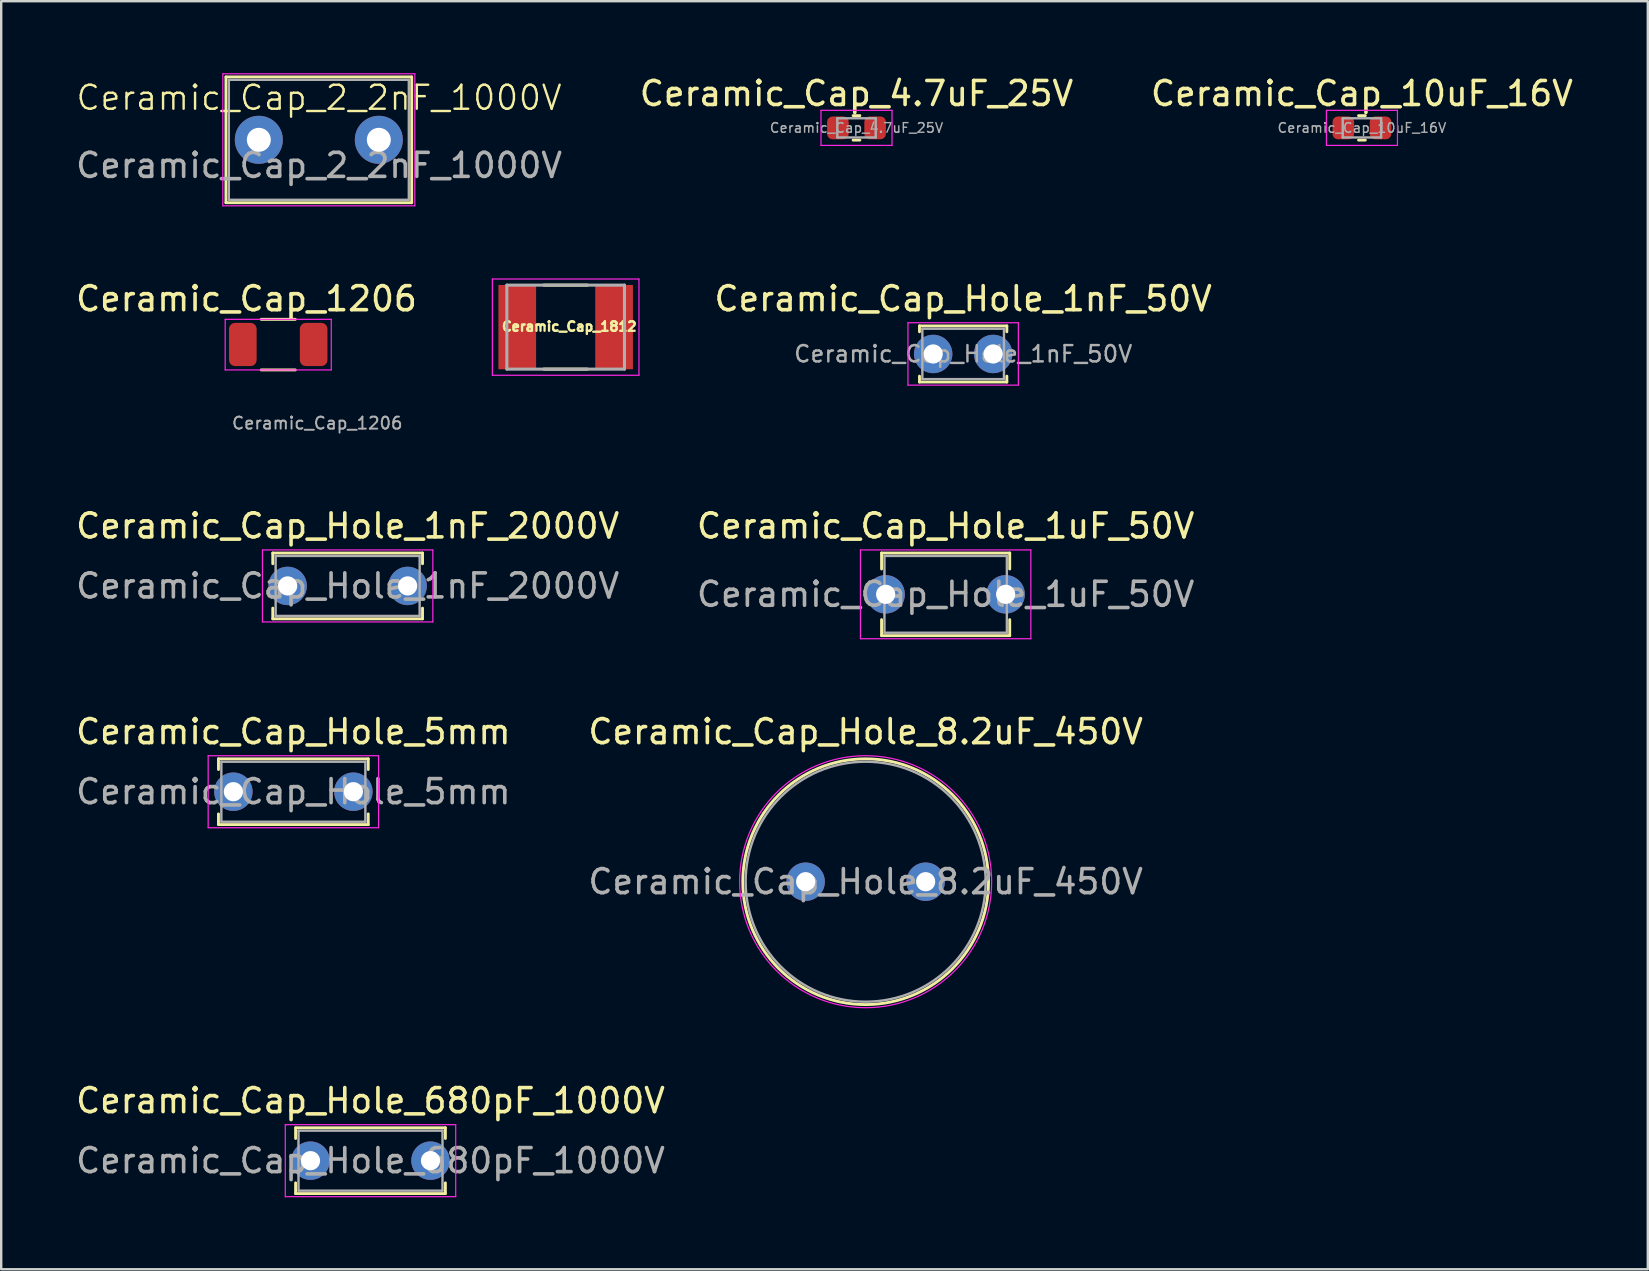
<source format=kicad_pcb>
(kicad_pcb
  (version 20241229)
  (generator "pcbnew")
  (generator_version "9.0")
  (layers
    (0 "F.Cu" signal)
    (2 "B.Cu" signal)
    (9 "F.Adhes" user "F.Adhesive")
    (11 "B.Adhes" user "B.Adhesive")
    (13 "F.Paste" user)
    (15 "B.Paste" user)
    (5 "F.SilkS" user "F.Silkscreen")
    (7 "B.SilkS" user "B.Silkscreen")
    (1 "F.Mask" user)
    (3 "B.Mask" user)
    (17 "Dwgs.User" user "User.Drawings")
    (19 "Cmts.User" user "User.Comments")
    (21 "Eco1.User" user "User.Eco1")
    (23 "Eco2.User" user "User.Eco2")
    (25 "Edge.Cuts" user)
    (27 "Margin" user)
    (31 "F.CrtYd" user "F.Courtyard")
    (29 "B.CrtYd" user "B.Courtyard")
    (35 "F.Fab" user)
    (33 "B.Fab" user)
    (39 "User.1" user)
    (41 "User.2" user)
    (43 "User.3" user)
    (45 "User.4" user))
  (footprint "Ceramic_Cap_Hole_680pF_1000V"
    (layer "F.Cu")
    (at 9.887 45.31)
    (property "Reference" "Ceramic_Cap_Hole_680pF_1000V" (at 2.5 -2.5 0) (layer "F.SilkS") (effects (font (size 1 1) (thickness 0.15))))
    (attr through_hole)
    (fp_line (start -0.62 -1.37) (end -0.62 -0.925) (stroke (width 0.12) (type solid)) (layer "F.SilkS"))
    (fp_line (start -0.62 -1.37) (end 5.62 -1.37) (stroke (width 0.12) (type solid)) (layer "F.SilkS"))
    (fp_line (start -0.62 0.925) (end -0.62 1.37) (stroke (width 0.12) (type solid)) (layer "F.SilkS"))
    (fp_line (start -0.62 1.37) (end 5.62 1.37) (stroke (width 0.12) (type solid)) (layer "F.SilkS"))
    (fp_line (start 5.62 -1.37) (end 5.62 -0.925) (stroke (width 0.12) (type solid)) (layer "F.SilkS"))
    (fp_line (start 5.62 0.925) (end 5.62 1.37) (stroke (width 0.12) (type solid)) (layer "F.SilkS"))
    (fp_line (start -1.05 -1.5) (end -1.05 1.5) (stroke (width 0.05) (type solid)) (layer "F.CrtYd"))
    (fp_line (start -1.05 1.5) (end 6.05 1.5) (stroke (width 0.05) (type solid)) (layer "F.CrtYd"))
    (fp_line (start 6.05 -1.5) (end -1.05 -1.5) (stroke (width 0.05) (type solid)) (layer "F.CrtYd"))
    (fp_line (start 6.05 1.5) (end 6.05 -1.5) (stroke (width 0.05) (type solid)) (layer "F.CrtYd"))
    (fp_line (start -0.5 -1.25) (end -0.5 1.25) (stroke (width 0.1) (type solid)) (layer "F.Fab"))
    (fp_line (start -0.5 1.25) (end 5.5 1.25) (stroke (width 0.1) (type solid)) (layer "F.Fab"))
    (fp_line (start 5.5 -1.25) (end -0.5 -1.25) (stroke (width 0.1) (type solid)) (layer "F.Fab"))
    (fp_line (start 5.5 1.25) (end 5.5 -1.25) (stroke (width 0.1) (type solid)) (layer "F.Fab"))
    (fp_text user "${REFERENCE}" (at 2.5 0 0) (layer "F.Fab") (effects (font (size 1 1) (thickness 0.15))))
    (pad "1" thru_hole circle (at 0 0) (size 1.6 1.6) (drill 0.8) (layers "*.Cu" "*.Mask"))
    (pad "2" thru_hole circle (at 5 0) (size 1.6 1.6) (drill 0.8) (layers "*.Cu" "*.Mask")))
  (footprint "Ceramic_Cap_Hole_8.2uF_450V"
    (layer "F.Cu")
    (at 30.518 33.687)
    (property "Reference" "Ceramic_Cap_Hole_8.2uF_450V" (at 2.5 -6.25 0) (layer "F.SilkS") (effects (font (size 1 1) (thickness 0.15))))
    (attr through_hole)
    (fp_circle (center 2.5 0) (end 7.62 0) (stroke (width 0.12) (type solid)) (fill no) (layer "F.SilkS"))
    (fp_circle (center 2.5 0) (end 7.75 0) (stroke (width 0.05) (type solid)) (fill no) (layer "F.CrtYd"))
    (fp_circle (center 2.5 0) (end 7.5 0) (stroke (width 0.1) (type solid)) (fill no) (layer "F.Fab"))
    (fp_text user "${REFERENCE}" (at 2.5 0 0) (layer "F.Fab") (effects (font (size 1 1) (thickness 0.15))))
    (pad "1" thru_hole circle (at 0 0) (size 1.6 1.6) (drill 0.8) (layers "*.Cu" "*.Mask"))
    (pad "2" thru_hole circle (at 5 0) (size 1.6 1.6) (drill 0.8) (layers "*.Cu" "*.Mask")))
  (footprint "Ceramic_Cap_1812"
    (layer "F.Cu")
    (at 20.519 10.58)
    (property "Reference" "Ceramic_Cap_1812" (at 0.152 -0.025 0) (layer "F.SilkS") (effects (font (size 0.394 0.394) (thickness 0.098))))
    (attr smd)
    (fp_line (start -0.91 -1.75) (end 0.91 -1.75) (stroke (width 0.127) (type solid)) (layer "F.SilkS"))
    (fp_line (start -0.91 1.75) (end 0.91 1.75) (stroke (width 0.127) (type solid)) (layer "F.SilkS"))
    (fp_line (start -3.054 -2.005) (end 3.054 -2.005) (stroke (width 0.05) (type solid)) (layer "F.CrtYd"))
    (fp_line (start -3.054 2.005) (end -3.054 -2.005) (stroke (width 0.05) (type solid)) (layer "F.CrtYd"))
    (fp_line (start -3.054 2.005) (end 3.054 2.005) (stroke (width 0.05) (type solid)) (layer "F.CrtYd"))
    (fp_line (start 3.054 2.005) (end 3.054 -2.005) (stroke (width 0.05) (type solid)) (layer "F.CrtYd"))
    (fp_line (start -2.45 1.75) (end -2.45 -1.75) (stroke (width 0.127) (type solid)) (layer "F.Fab"))
    (fp_line (start 2.45 -1.75) (end -2.45 -1.75) (stroke (width 0.127) (type solid)) (layer "F.Fab"))
    (fp_line (start 2.45 1.75) (end -2.45 1.75) (stroke (width 0.127) (type solid)) (layer "F.Fab"))
    (fp_line (start 2.45 1.75) (end 2.45 -1.75) (stroke (width 0.127) (type solid)) (layer "F.Fab"))
    (pad "1" smd rect (at -2.017 0) (size 1.57 3.51) (layers "F.Cu" "F.Mask" "F.Paste"))
    (pad "2" smd rect (at 2.017 0) (size 1.57 3.51) (layers "F.Cu" "F.Mask" "F.Paste")))
  (footprint "Ceramic_Cap_Hole_1uF_50V"
    (layer "F.Cu")
    (at 33.851 21.713)
    (property "Reference" "Ceramic_Cap_Hole_1uF_50V" (at 2.5 -2.85 0) (layer "F.SilkS") (effects (font (size 1 1) (thickness 0.15))))
    (attr through_hole)
    (fp_line (start -0.17 -1.721) (end -0.17 -1.055) (stroke (width 0.12) (type solid)) (layer "F.SilkS"))
    (fp_line (start -0.17 -1.721) (end 5.17 -1.721) (stroke (width 0.12) (type solid)) (layer "F.SilkS"))
    (fp_line (start -0.17 1.055) (end -0.17 1.721) (stroke (width 0.12) (type solid)) (layer "F.SilkS"))
    (fp_line (start -0.17 1.721) (end 5.17 1.721) (stroke (width 0.12) (type solid)) (layer "F.SilkS"))
    (fp_line (start 5.17 -1.721) (end 5.17 -1.055) (stroke (width 0.12) (type solid)) (layer "F.SilkS"))
    (fp_line (start 5.17 1.055) (end 5.17 1.721) (stroke (width 0.12) (type solid)) (layer "F.SilkS"))
    (fp_line (start -1.05 -1.85) (end -1.05 1.85) (stroke (width 0.05) (type solid)) (layer "F.CrtYd"))
    (fp_line (start -1.05 1.85) (end 6.05 1.85) (stroke (width 0.05) (type solid)) (layer "F.CrtYd"))
    (fp_line (start 6.05 -1.85) (end -1.05 -1.85) (stroke (width 0.05) (type solid)) (layer "F.CrtYd"))
    (fp_line (start 6.05 1.85) (end 6.05 -1.85) (stroke (width 0.05) (type solid)) (layer "F.CrtYd"))
    (fp_line (start -0.05 -1.6) (end -0.05 1.6) (stroke (width 0.1) (type solid)) (layer "F.Fab"))
    (fp_line (start -0.05 1.6) (end 5.05 1.6) (stroke (width 0.1) (type solid)) (layer "F.Fab"))
    (fp_line (start 5.05 -1.6) (end -0.05 -1.6) (stroke (width 0.1) (type solid)) (layer "F.Fab"))
    (fp_line (start 5.05 1.6) (end 5.05 -1.6) (stroke (width 0.1) (type solid)) (layer "F.Fab"))
    (fp_text user "${REFERENCE}" (at 2.5 0 0) (layer "F.Fab") (effects (font (size 1 1) (thickness 0.15))))
    (pad "1" thru_hole circle (at 0 0) (size 1.6 1.6) (drill 0.8) (layers "*.Cu" "*.Mask"))
    (pad "2" thru_hole circle (at 5 0) (size 1.6 1.6) (drill 0.8) (layers "*.Cu" "*.Mask")))
  (footprint "Ceramic_Cap_Hole_5mm"
    (layer "F.Cu")
    (at 6.673 29.937)
    (property "Reference" "Ceramic_Cap_Hole_5mm" (at 2.5 -2.5 0) (layer "F.SilkS") (effects (font (size 1 1) (thickness 0.15))))
    (attr through_hole)
    (fp_line (start -0.62 -1.37) (end -0.62 -0.925) (stroke (width 0.12) (type solid)) (layer "F.SilkS"))
    (fp_line (start -0.62 -1.37) (end 5.62 -1.37) (stroke (width 0.12) (type solid)) (layer "F.SilkS"))
    (fp_line (start -0.62 0.925) (end -0.62 1.37) (stroke (width 0.12) (type solid)) (layer "F.SilkS"))
    (fp_line (start -0.62 1.37) (end 5.62 1.37) (stroke (width 0.12) (type solid)) (layer "F.SilkS"))
    (fp_line (start 5.62 -1.37) (end 5.62 -0.925) (stroke (width 0.12) (type solid)) (layer "F.SilkS"))
    (fp_line (start 5.62 0.925) (end 5.62 1.37) (stroke (width 0.12) (type solid)) (layer "F.SilkS"))
    (fp_line (start -1.05 -1.5) (end -1.05 1.5) (stroke (width 0.05) (type solid)) (layer "F.CrtYd"))
    (fp_line (start -1.05 1.5) (end 6.05 1.5) (stroke (width 0.05) (type solid)) (layer "F.CrtYd"))
    (fp_line (start 6.05 -1.5) (end -1.05 -1.5) (stroke (width 0.05) (type solid)) (layer "F.CrtYd"))
    (fp_line (start 6.05 1.5) (end 6.05 -1.5) (stroke (width 0.05) (type solid)) (layer "F.CrtYd"))
    (fp_line (start -0.5 -1.25) (end -0.5 1.25) (stroke (width 0.1) (type solid)) (layer "F.Fab"))
    (fp_line (start -0.5 1.25) (end 5.5 1.25) (stroke (width 0.1) (type solid)) (layer "F.Fab"))
    (fp_line (start 5.5 -1.25) (end -0.5 -1.25) (stroke (width 0.1) (type solid)) (layer "F.Fab"))
    (fp_line (start 5.5 1.25) (end 5.5 -1.25) (stroke (width 0.1) (type solid)) (layer "F.Fab"))
    (fp_text user "${REFERENCE}" (at 2.5 0 0) (layer "F.Fab") (effects (font (size 1 1) (thickness 0.15))))
    (pad "1" thru_hole circle (at 0 0) (size 1.6 1.6) (drill 0.8) (layers "*.Cu" "*.Mask"))
    (pad "2" thru_hole circle (at 5 0) (size 1.6 1.6) (drill 0.8) (layers "*.Cu" "*.Mask")))
  (footprint "Ceramic_Cap_Hole_1nF_50V"
    (layer "F.Cu")
    (at 35.831 11.698)
    (property "Reference" "Ceramic_Cap_Hole_1nF_50V" (at 1.25 -2.3 0) (layer "F.SilkS") (effects (font (size 1 1) (thickness 0.15))))
    (attr through_hole)
    (fp_line (start -0.57 -1.17) (end -0.57 -0.925) (stroke (width 0.12) (type solid)) (layer "F.SilkS"))
    (fp_line (start -0.57 -1.17) (end 3.07 -1.17) (stroke (width 0.12) (type solid)) (layer "F.SilkS"))
    (fp_line (start -0.57 0.925) (end -0.57 1.17) (stroke (width 0.12) (type solid)) (layer "F.SilkS"))
    (fp_line (start -0.57 1.17) (end 3.07 1.17) (stroke (width 0.12) (type solid)) (layer "F.SilkS"))
    (fp_line (start 3.07 -1.17) (end 3.07 -0.925) (stroke (width 0.12) (type solid)) (layer "F.SilkS"))
    (fp_line (start 3.07 0.925) (end 3.07 1.17) (stroke (width 0.12) (type solid)) (layer "F.SilkS"))
    (fp_line (start -1.05 -1.3) (end -1.05 1.3) (stroke (width 0.05) (type solid)) (layer "F.CrtYd"))
    (fp_line (start -1.05 1.3) (end 3.55 1.3) (stroke (width 0.05) (type solid)) (layer "F.CrtYd"))
    (fp_line (start 3.55 -1.3) (end -1.05 -1.3) (stroke (width 0.05) (type solid)) (layer "F.CrtYd"))
    (fp_line (start 3.55 1.3) (end 3.55 -1.3) (stroke (width 0.05) (type solid)) (layer "F.CrtYd"))
    (fp_line (start -0.45 -1.05) (end -0.45 1.05) (stroke (width 0.1) (type solid)) (layer "F.Fab"))
    (fp_line (start -0.45 1.05) (end 2.95 1.05) (stroke (width 0.1) (type solid)) (layer "F.Fab"))
    (fp_line (start 2.95 -1.05) (end -0.45 -1.05) (stroke (width 0.1) (type solid)) (layer "F.Fab"))
    (fp_line (start 2.95 1.05) (end 2.95 -1.05) (stroke (width 0.1) (type solid)) (layer "F.Fab"))
    (fp_text user "${REFERENCE}" (at 1.25 0 0) (layer "F.Fab") (effects (font (size 0.68 0.68) (thickness 0.102))))
    (pad "1" thru_hole circle (at 0 0) (size 1.6 1.6) (drill 0.8) (layers "*.Cu" "*.Mask"))
    (pad "2" thru_hole circle (at 2.5 0) (size 1.6 1.6) (drill 0.8) (layers "*.Cu" "*.Mask")))
  (footprint "Ceramic_Cap_Hole_1nF_2000V"
    (layer "F.Cu")
    (at 8.935 21.363)
    (property "Reference" "Ceramic_Cap_Hole_1nF_2000V" (at 2.5 -2.5 0) (layer "F.SilkS") (effects (font (size 1 1) (thickness 0.15))))
    (attr through_hole)
    (fp_line (start -0.62 -1.37) (end -0.62 -0.925) (stroke (width 0.12) (type solid)) (layer "F.SilkS"))
    (fp_line (start -0.62 -1.37) (end 5.62 -1.37) (stroke (width 0.12) (type solid)) (layer "F.SilkS"))
    (fp_line (start -0.62 0.925) (end -0.62 1.37) (stroke (width 0.12) (type solid)) (layer "F.SilkS"))
    (fp_line (start -0.62 1.37) (end 5.62 1.37) (stroke (width 0.12) (type solid)) (layer "F.SilkS"))
    (fp_line (start 5.62 -1.37) (end 5.62 -0.925) (stroke (width 0.12) (type solid)) (layer "F.SilkS"))
    (fp_line (start 5.62 0.925) (end 5.62 1.37) (stroke (width 0.12) (type solid)) (layer "F.SilkS"))
    (fp_line (start -1.05 -1.5) (end -1.05 1.5) (stroke (width 0.05) (type solid)) (layer "F.CrtYd"))
    (fp_line (start -1.05 1.5) (end 6.05 1.5) (stroke (width 0.05) (type solid)) (layer "F.CrtYd"))
    (fp_line (start 6.05 -1.5) (end -1.05 -1.5) (stroke (width 0.05) (type solid)) (layer "F.CrtYd"))
    (fp_line (start 6.05 1.5) (end 6.05 -1.5) (stroke (width 0.05) (type solid)) (layer "F.CrtYd"))
    (fp_line (start -0.5 -1.25) (end -0.5 1.25) (stroke (width 0.1) (type solid)) (layer "F.Fab"))
    (fp_line (start -0.5 1.25) (end 5.5 1.25) (stroke (width 0.1) (type solid)) (layer "F.Fab"))
    (fp_line (start 5.5 -1.25) (end -0.5 -1.25) (stroke (width 0.1) (type solid)) (layer "F.Fab"))
    (fp_line (start 5.5 1.25) (end 5.5 -1.25) (stroke (width 0.1) (type solid)) (layer "F.Fab"))
    (fp_text user "${REFERENCE}" (at 2.5 0 0) (layer "F.Fab") (effects (font (size 1 1) (thickness 0.15))))
    (pad "1" thru_hole circle (at 0 0) (size 1.6 1.6) (drill 0.8) (layers "*.Cu" "*.Mask"))
    (pad "2" thru_hole circle (at 5 0) (size 1.6 1.6) (drill 0.8) (layers "*.Cu" "*.Mask")))
  (footprint "Ceramic_Cap_10uF_16V"
    (layer "F.Cu")
    (at 53.696 2.278)
    (property "Reference" "Ceramic_Cap_10uF_16V" (at 0 -1.43 0) (layer "F.SilkS") (effects (font (size 1 1) (thickness 0.15))))
    (attr smd)
    (fp_line (start -0.141 -0.51) (end 0.141 -0.51) (stroke (width 0.12) (type solid)) (layer "F.SilkS"))
    (fp_line (start -0.141 0.51) (end 0.141 0.51) (stroke (width 0.12) (type solid)) (layer "F.SilkS"))
    (fp_line (start -1.48 -0.73) (end 1.48 -0.73) (stroke (width 0.05) (type solid)) (layer "F.CrtYd"))
    (fp_line (start -1.48 0.73) (end -1.48 -0.73) (stroke (width 0.05) (type solid)) (layer "F.CrtYd"))
    (fp_line (start 1.48 -0.73) (end 1.48 0.73) (stroke (width 0.05) (type solid)) (layer "F.CrtYd"))
    (fp_line (start 1.48 0.73) (end -1.48 0.73) (stroke (width 0.05) (type solid)) (layer "F.CrtYd"))
    (fp_line (start -0.8 -0.4) (end 0.8 -0.4) (stroke (width 0.1) (type solid)) (layer "F.Fab"))
    (fp_line (start -0.8 0.4) (end -0.8 -0.4) (stroke (width 0.1) (type solid)) (layer "F.Fab"))
    (fp_line (start 0.8 -0.4) (end 0.8 0.4) (stroke (width 0.1) (type solid)) (layer "F.Fab"))
    (fp_line (start 0.8 0.4) (end -0.8 0.4) (stroke (width 0.1) (type solid)) (layer "F.Fab"))
    (fp_text user "${REFERENCE}" (at 0 0 0) (layer "F.Fab") (effects (font (size 0.4 0.4) (thickness 0.06))))
    (pad "1" smd roundrect (at -0.775 0) (size 0.9 0.95) (layers "F.Cu" "F.Mask" "F.Paste") (roundrect_rratio 0.25))
    (pad "2" smd roundrect (at 0.775 0) (size 0.9 0.95) (layers "F.Cu" "F.Mask" "F.Paste") (roundrect_rratio 0.25)))
  (footprint "Ceramic_Cap_2_2nF_1000V"
    (layer "F.Cu")
    (at 10.219 2.724)
    (property "Reference" "Ceramic_Cap_2_2nF_1000V" (at 0.025 -1.702 0) (unlocked yes) (layer "F.SilkS") (effects (font (size 1 1) (thickness 0.1))))
    (attr smd)
    (fp_line (start -3.855 -2.569) (end -3.855 2.671) (stroke (width 0.12) (type solid)) (layer "F.SilkS"))
    (fp_line (start -3.855 -2.569) (end 3.885 -2.569) (stroke (width 0.12) (type solid)) (layer "F.SilkS"))
    (fp_line (start -3.855 2.671) (end 3.885 2.671) (stroke (width 0.12) (type solid)) (layer "F.SilkS"))
    (fp_line (start 3.885 -2.569) (end 3.885 2.671) (stroke (width 0.12) (type solid)) (layer "F.SilkS"))
    (fp_line (start -3.985 -2.699) (end -3.985 2.801) (stroke (width 0.05) (type solid)) (layer "F.CrtYd"))
    (fp_line (start -3.985 2.801) (end 4.015 2.801) (stroke (width 0.05) (type solid)) (layer "F.CrtYd"))
    (fp_line (start 4.015 -2.699) (end -3.985 -2.699) (stroke (width 0.05) (type solid)) (layer "F.CrtYd"))
    (fp_line (start 4.015 2.801) (end 4.015 -2.699) (stroke (width 0.05) (type solid)) (layer "F.CrtYd"))
    (fp_line (start -3.735 -2.449) (end -3.735 2.551) (stroke (width 0.1) (type solid)) (layer "F.Fab"))
    (fp_line (start -3.735 2.551) (end 3.765 2.551) (stroke (width 0.1) (type solid)) (layer "F.Fab"))
    (fp_line (start 3.765 -2.449) (end -3.735 -2.449) (stroke (width 0.1) (type solid)) (layer "F.Fab"))
    (fp_line (start 3.765 2.551) (end 3.765 -2.449) (stroke (width 0.1) (type solid)) (layer "F.Fab"))
    (fp_text user "${REFERENCE}" (at 0.025 1.119 0) (layer "F.Fab") (effects (font (size 1 1) (thickness 0.15))))
    (pad "1" thru_hole circle (at -2.485 0.051) (size 2 2) (drill 1) (layers "*.Cu" "*.Mask"))
    (pad "2" thru_hole circle (at 2.515 0.051) (size 2 2) (drill 1) (layers "*.Cu" "*.Mask")))
  (footprint "Ceramic_Cap_4.7uF_25V"
    (layer "F.Cu")
    (at 32.637 2.278)
    (property "Reference" "Ceramic_Cap_4.7uF_25V" (at 0 -1.43 0) (layer "F.SilkS") (effects (font (size 1 1) (thickness 0.15))))
    (attr smd)
    (fp_line (start -0.141 -0.51) (end 0.141 -0.51) (stroke (width 0.12) (type solid)) (layer "F.SilkS"))
    (fp_line (start -0.141 0.51) (end 0.141 0.51) (stroke (width 0.12) (type solid)) (layer "F.SilkS"))
    (fp_line (start -1.48 -0.73) (end 1.48 -0.73) (stroke (width 0.05) (type solid)) (layer "F.CrtYd"))
    (fp_line (start -1.48 0.73) (end -1.48 -0.73) (stroke (width 0.05) (type solid)) (layer "F.CrtYd"))
    (fp_line (start 1.48 -0.73) (end 1.48 0.73) (stroke (width 0.05) (type solid)) (layer "F.CrtYd"))
    (fp_line (start 1.48 0.73) (end -1.48 0.73) (stroke (width 0.05) (type solid)) (layer "F.CrtYd"))
    (fp_line (start -0.8 -0.4) (end 0.8 -0.4) (stroke (width 0.1) (type solid)) (layer "F.Fab"))
    (fp_line (start -0.8 0.4) (end -0.8 -0.4) (stroke (width 0.1) (type solid)) (layer "F.Fab"))
    (fp_line (start 0.8 -0.4) (end 0.8 0.4) (stroke (width 0.1) (type solid)) (layer "F.Fab"))
    (fp_line (start 0.8 0.4) (end -0.8 0.4) (stroke (width 0.1) (type solid)) (layer "F.Fab"))
    (fp_text user "${REFERENCE}" (at 0 0 0) (layer "F.Fab") (effects (font (size 0.4 0.4) (thickness 0.06))))
    (pad "1" smd roundrect (at -0.775 0) (size 0.9 0.95) (layers "F.Cu" "F.Mask" "F.Paste") (roundrect_rratio 0.25))
    (pad "2" smd roundrect (at 0.775 0) (size 0.9 0.95) (layers "F.Cu" "F.Mask" "F.Paste") (roundrect_rratio 0.25)))
  (footprint "Ceramic_Cap_1206"
    (layer "F.Cu")
    (at 8.543 11.255)
    (property "Reference" "Ceramic_Cap_1206" (at -1.323 -1.857 0) (layer "F.SilkS") (effects (font (size 1 1) (thickness 0.15))))
    (attr smd)
    (fp_line (start -0.711 -1) (end 0.711 -1) (stroke (width 0.12) (type solid)) (layer "F.SilkS"))
    (fp_line (start -0.711 1.108) (end 0.711 1.108) (stroke (width 0.12) (type solid)) (layer "F.SilkS"))
    (fp_line (start -2.21 -1) (end 2.21 -1) (stroke (width 0.05) (type solid)) (layer "F.CrtYd"))
    (fp_line (start -2.21 1.108) (end -2.21 -1) (stroke (width 0.05) (type solid)) (layer "F.CrtYd"))
    (fp_line (start 2.21 -1) (end 2.21 1.108) (stroke (width 0.05) (type solid)) (layer "F.CrtYd"))
    (fp_line (start 2.21 1.108) (end -2.21 1.108) (stroke (width 0.05) (type solid)) (layer "F.CrtYd"))
    (fp_text user "${REFERENCE}" (at 1.626 3.327 0) (layer "F.Fab") (effects (font (size 0.5 0.5) (thickness 0.08))))
    (pad "1" smd roundrect (at -1.475 0.048) (size 1.15 1.8) (layers "F.Cu" "F.Mask" "F.Paste") (roundrect_rratio 0.217))
    (pad "2" smd roundrect (at 1.475 0.048) (size 1.15 1.8) (layers "F.Cu" "F.Mask" "F.Paste") (roundrect_rratio 0.217)))
  (gr_rect
    (start -3 -3)
    (end 65.607 49.835)
    (stroke (width 0.1) (type default))
    (fill no)
    (layer "Edge.Cuts")))
</source>
